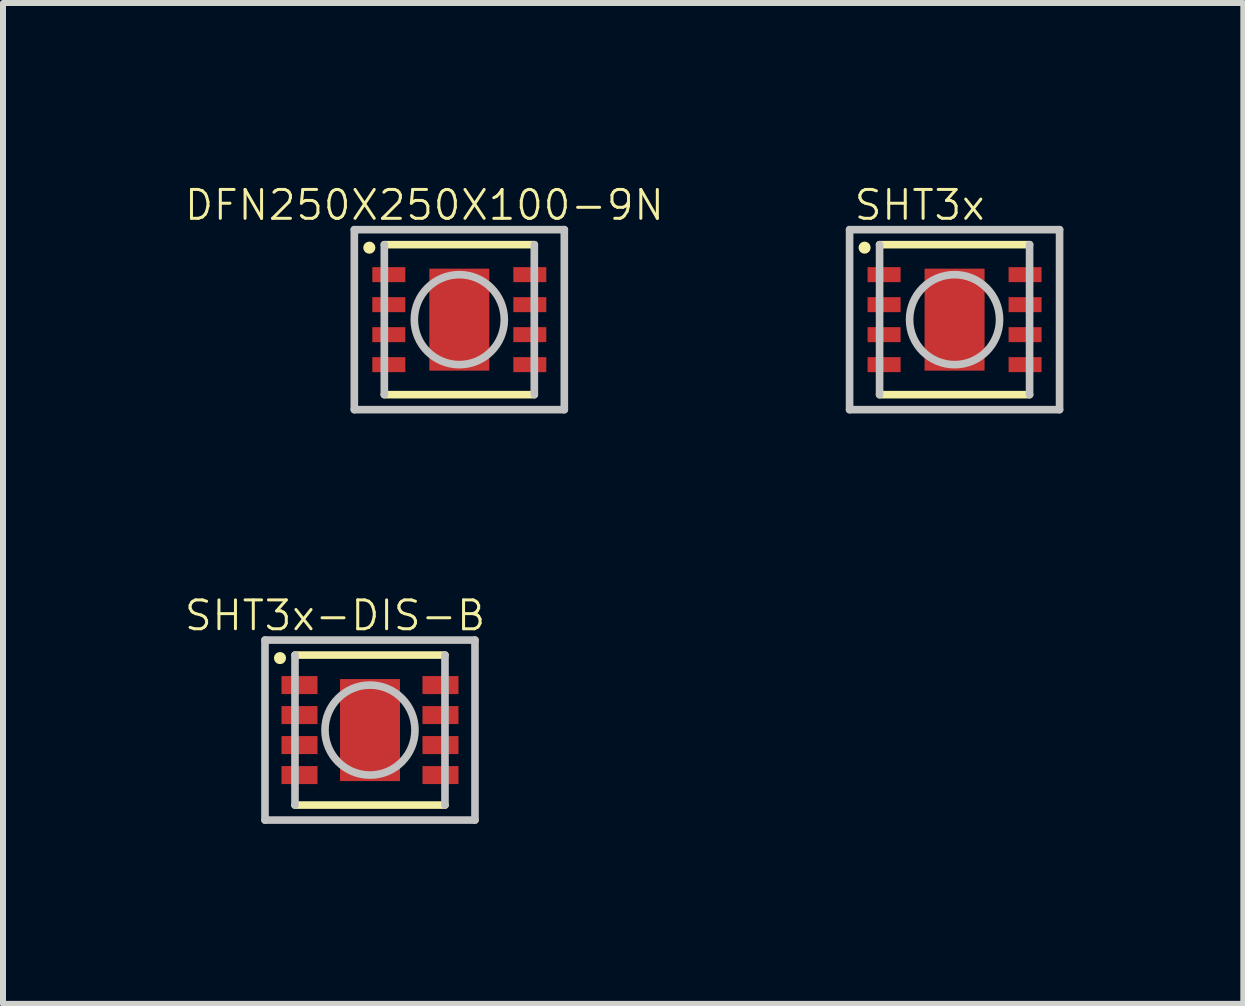
<source format=kicad_pcb>
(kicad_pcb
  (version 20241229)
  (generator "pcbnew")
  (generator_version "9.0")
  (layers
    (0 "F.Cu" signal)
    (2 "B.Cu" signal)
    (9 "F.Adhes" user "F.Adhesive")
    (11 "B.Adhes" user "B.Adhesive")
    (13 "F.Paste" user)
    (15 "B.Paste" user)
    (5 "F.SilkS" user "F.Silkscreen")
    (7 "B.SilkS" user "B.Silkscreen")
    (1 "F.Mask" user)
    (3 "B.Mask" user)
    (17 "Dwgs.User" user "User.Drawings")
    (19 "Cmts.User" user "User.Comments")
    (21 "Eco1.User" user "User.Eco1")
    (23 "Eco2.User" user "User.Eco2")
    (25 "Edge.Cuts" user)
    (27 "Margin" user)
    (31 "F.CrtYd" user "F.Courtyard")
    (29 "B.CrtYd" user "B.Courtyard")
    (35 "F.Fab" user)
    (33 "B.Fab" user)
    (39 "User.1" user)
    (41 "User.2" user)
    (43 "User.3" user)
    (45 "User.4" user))
  (footprint "SHT3x"
    (layer "F.Cu")
    (at 12.861 2.278)
    (property "Reference" "SHT3x" (at -0.582 -1.909 0) (layer "F.SilkS") (effects (font (size 0.481 0.481) (thickness 0.05))))
    (attr smd)
    (fp_line (start -1.25 1.25) (end 1.25 1.25) (stroke (width 0.127) (type solid)) (layer "F.SilkS"))
    (fp_line (start 1.25 -1.25) (end -1.25 -1.25) (stroke (width 0.127) (type solid)) (layer "F.SilkS"))
    (fp_circle (center -1.5 -1.2) (end -1.4 -1.2) (stroke (width 0) (type solid)) (fill yes) (layer "F.SilkS"))
    (fp_poly (pts (xy -0.451 -0.8) (xy 0.45 -0.8) (xy 0.45 0.801) (xy -0.451 0.801)) (stroke (width 0.381) (type solid)) (fill yes) (layer "F.Paste"))
    (fp_line (start -1.75 -1.5) (end -1.75 1.5) (stroke (width 0.127) (type solid)) (layer "Dwgs.User"))
    (fp_line (start -1.75 1.5) (end 1.75 1.5) (stroke (width 0.127) (type solid)) (layer "Dwgs.User"))
    (fp_line (start -1.25 -1.25) (end -1.25 1.25) (stroke (width 0.127) (type solid)) (layer "Dwgs.User"))
    (fp_line (start 1.25 1.25) (end 1.25 -1.25) (stroke (width 0.127) (type solid)) (layer "Dwgs.User"))
    (fp_line (start 1.75 -1.5) (end -1.75 -1.5) (stroke (width 0.127) (type solid)) (layer "Dwgs.User"))
    (fp_line (start 1.75 1.5) (end 1.75 -1.5) (stroke (width 0.127) (type solid)) (layer "Dwgs.User"))
    (fp_circle (center 0 0) (end 0.75 0) (stroke (width 0.127) (type solid)) (fill no) (layer "Dwgs.User"))
    (pad "1" smd rect (at -1.175 -0.75) (size 0.55 0.25) (layers "F.Cu" "F.Mask" "F.Paste"))
    (pad "2" smd rect (at -1.175 -0.25) (size 0.55 0.25) (layers "F.Cu" "F.Mask" "F.Paste"))
    (pad "3" smd rect (at -1.175 0.25) (size 0.55 0.25) (layers "F.Cu" "F.Mask" "F.Paste"))
    (pad "4" smd rect (at -1.175 0.75) (size 0.55 0.25) (layers "F.Cu" "F.Mask" "F.Paste"))
    (pad "5" smd rect (at 1.175 0.75) (size 0.55 0.25) (layers "F.Cu" "F.Mask" "F.Paste"))
    (pad "6" smd rect (at 1.175 0.25) (size 0.55 0.25) (layers "F.Cu" "F.Mask" "F.Paste"))
    (pad "7" smd rect (at 1.175 -0.25) (size 0.55 0.25) (layers "F.Cu" "F.Mask" "F.Paste"))
    (pad "8" smd rect (at 1.175 -0.75) (size 0.55 0.25) (layers "F.Cu" "F.Mask" "F.Paste"))
    (pad "9" smd rect (at 0 0) (size 1 1.7) (layers "F.Cu" "F.Mask" "F.Paste")))
  (footprint "SHT3x-DIS-B"
    (layer "F.Cu")
    (at 3.117 9.119)
    (property "Reference" "SHT3x-DIS-B" (at -0.582 -1.909 0) (layer "F.SilkS") (effects (font (size 0.481 0.481) (thickness 0.05))))
    (attr smd)
    (fp_line (start -1.25 1.25) (end 1.25 1.25) (stroke (width 0.127) (type solid)) (layer "F.SilkS"))
    (fp_line (start 1.25 -1.25) (end -1.25 -1.25) (stroke (width 0.127) (type solid)) (layer "F.SilkS"))
    (fp_circle (center -1.5 -1.2) (end -1.4 -1.2) (stroke (width 0) (type solid)) (fill yes) (layer "F.SilkS"))
    (fp_poly (pts (xy -0.451 -0.8) (xy 0.45 -0.8) (xy 0.45 0.801) (xy -0.451 0.801)) (stroke (width 0.381) (type solid)) (fill yes) (layer "F.Paste"))
    (fp_line (start -1.75 -1.5) (end -1.75 1.5) (stroke (width 0.127) (type solid)) (layer "Dwgs.User"))
    (fp_line (start -1.75 1.5) (end 1.75 1.5) (stroke (width 0.127) (type solid)) (layer "Dwgs.User"))
    (fp_line (start -1.25 -1.25) (end -1.25 1.25) (stroke (width 0.127) (type solid)) (layer "Dwgs.User"))
    (fp_line (start 1.25 1.25) (end 1.25 -1.25) (stroke (width 0.127) (type solid)) (layer "Dwgs.User"))
    (fp_line (start 1.75 -1.5) (end -1.75 -1.5) (stroke (width 0.127) (type solid)) (layer "Dwgs.User"))
    (fp_line (start 1.75 1.5) (end 1.75 -1.5) (stroke (width 0.127) (type solid)) (layer "Dwgs.User"))
    (fp_circle (center 0 0) (end 0.75 0) (stroke (width 0.127) (type solid)) (fill no) (layer "Dwgs.User"))
    (pad "1" smd rect (at -1.175 -0.75) (size 0.6 0.3) (layers "F.Cu" "F.Mask" "F.Paste"))
    (pad "2" smd rect (at -1.175 -0.25) (size 0.6 0.3) (layers "F.Cu" "F.Mask" "F.Paste"))
    (pad "3" smd rect (at -1.175 0.25) (size 0.6 0.3) (layers "F.Cu" "F.Mask" "F.Paste"))
    (pad "4" smd rect (at -1.175 0.75) (size 0.6 0.3) (layers "F.Cu" "F.Mask" "F.Paste"))
    (pad "5" smd rect (at 1.175 0.75) (size 0.6 0.3) (layers "F.Cu" "F.Mask" "F.Paste"))
    (pad "6" smd rect (at 1.175 0.25) (size 0.6 0.3) (layers "F.Cu" "F.Mask" "F.Paste"))
    (pad "7" smd rect (at 1.175 -0.25) (size 0.6 0.3) (layers "F.Cu" "F.Mask" "F.Paste"))
    (pad "8" smd rect (at 1.175 -0.75) (size 0.6 0.3) (layers "F.Cu" "F.Mask" "F.Paste"))
    (pad "9" smd rect (at 0 0) (size 1 1.7) (layers "F.Cu" "F.Mask" "F.Paste")))
  (footprint "DFN250X250X100-9N"
    (layer "F.Cu")
    (at 4.606 2.278)
    (property "Reference" "DFN250X250X100-9N" (at -0.582 -1.909 0) (layer "F.SilkS") (effects (font (size 0.481 0.481) (thickness 0.05))))
    (attr smd)
    (fp_line (start -1.25 1.25) (end 1.25 1.25) (stroke (width 0.127) (type solid)) (layer "F.SilkS"))
    (fp_line (start 1.25 -1.25) (end -1.25 -1.25) (stroke (width 0.127) (type solid)) (layer "F.SilkS"))
    (fp_circle (center -1.5 -1.2) (end -1.4 -1.2) (stroke (width 0) (type solid)) (fill yes) (layer "F.SilkS"))
    (fp_poly (pts (xy -0.451 -0.8) (xy 0.45 -0.8) (xy 0.45 0.801) (xy -0.451 0.801)) (stroke (width 0.381) (type solid)) (fill yes) (layer "F.Paste"))
    (fp_line (start -1.75 -1.5) (end -1.75 1.5) (stroke (width 0.127) (type solid)) (layer "Dwgs.User"))
    (fp_line (start -1.75 1.5) (end 1.75 1.5) (stroke (width 0.127) (type solid)) (layer "Dwgs.User"))
    (fp_line (start -1.25 -1.25) (end -1.25 1.25) (stroke (width 0.127) (type solid)) (layer "Dwgs.User"))
    (fp_line (start 1.25 1.25) (end 1.25 -1.25) (stroke (width 0.127) (type solid)) (layer "Dwgs.User"))
    (fp_line (start 1.75 -1.5) (end -1.75 -1.5) (stroke (width 0.127) (type solid)) (layer "Dwgs.User"))
    (fp_line (start 1.75 1.5) (end 1.75 -1.5) (stroke (width 0.127) (type solid)) (layer "Dwgs.User"))
    (fp_circle (center 0 0) (end 0.75 0) (stroke (width 0.127) (type solid)) (fill no) (layer "Dwgs.User"))
    (pad "1" smd rect (at -1.175 -0.75) (size 0.55 0.25) (layers "F.Cu" "F.Mask" "F.Paste"))
    (pad "2" smd rect (at -1.175 -0.25) (size 0.55 0.25) (layers "F.Cu" "F.Mask" "F.Paste"))
    (pad "3" smd rect (at -1.175 0.25) (size 0.55 0.25) (layers "F.Cu" "F.Mask" "F.Paste"))
    (pad "4" smd rect (at -1.175 0.75) (size 0.55 0.25) (layers "F.Cu" "F.Mask" "F.Paste"))
    (pad "5" smd rect (at 1.175 0.75) (size 0.55 0.25) (layers "F.Cu" "F.Mask" "F.Paste"))
    (pad "6" smd rect (at 1.175 0.25) (size 0.55 0.25) (layers "F.Cu" "F.Mask" "F.Paste"))
    (pad "7" smd rect (at 1.175 -0.25) (size 0.55 0.25) (layers "F.Cu" "F.Mask" "F.Paste"))
    (pad "8" smd rect (at 1.175 -0.75) (size 0.55 0.25) (layers "F.Cu" "F.Mask" "F.Paste"))
    (pad "9" smd rect (at 0 0) (size 1 1.7) (layers "F.Cu" "F.Mask" "F.Paste")))
  (gr_rect
    (start -3 -3)
    (end 17.674 13.683)
    (stroke (width 0.1) (type default))
    (fill no)
    (layer "Edge.Cuts")))
</source>
